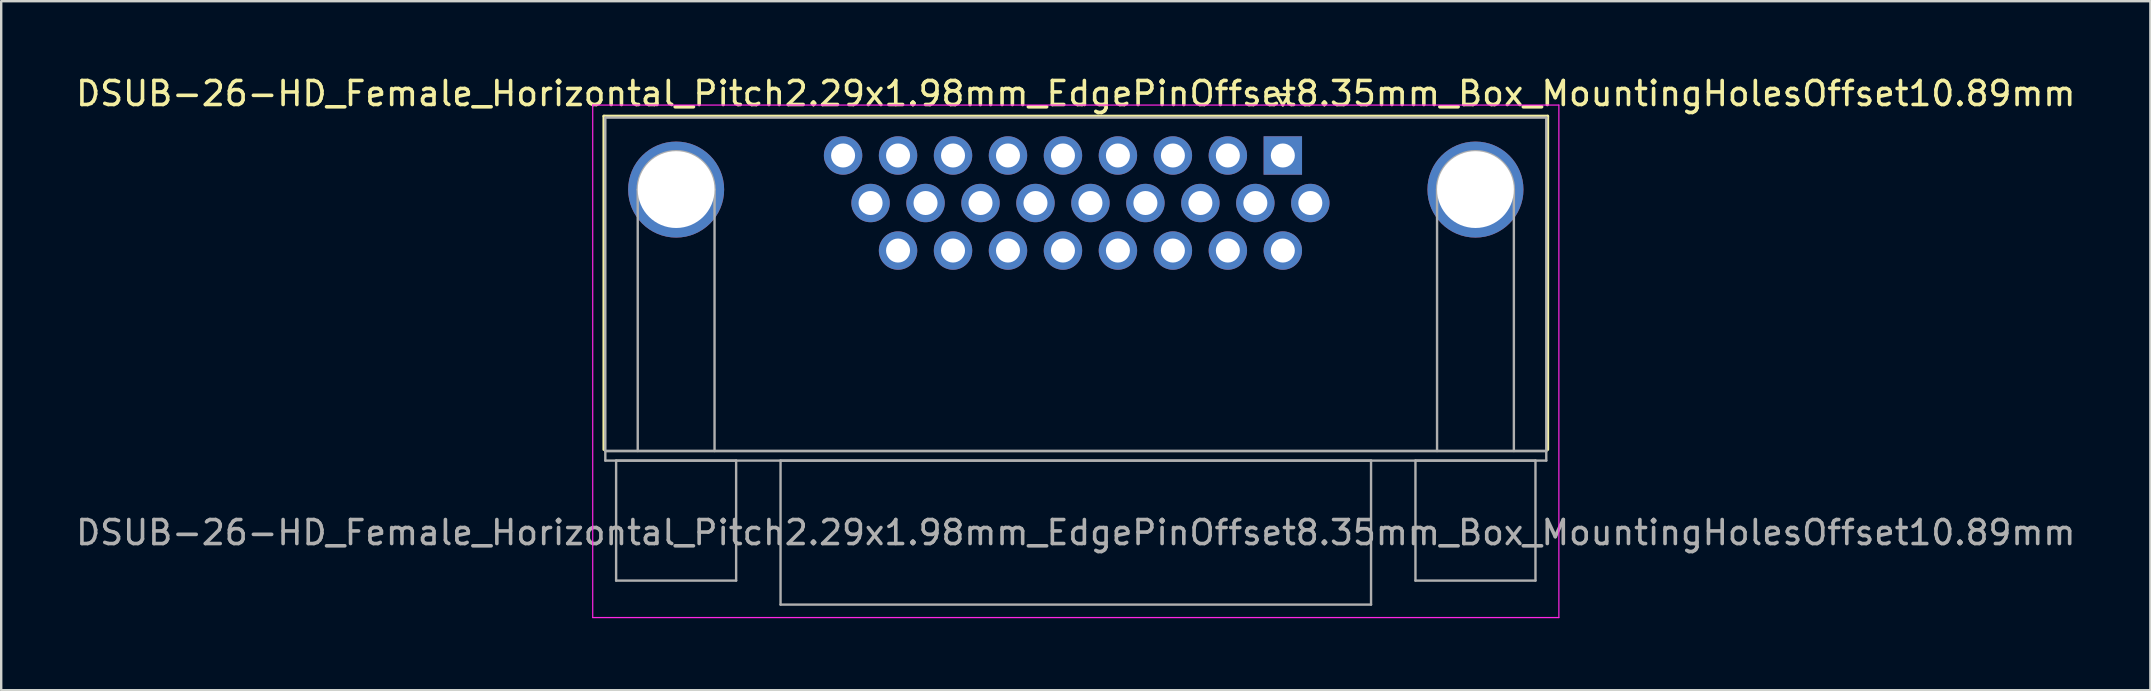
<source format=kicad_pcb>
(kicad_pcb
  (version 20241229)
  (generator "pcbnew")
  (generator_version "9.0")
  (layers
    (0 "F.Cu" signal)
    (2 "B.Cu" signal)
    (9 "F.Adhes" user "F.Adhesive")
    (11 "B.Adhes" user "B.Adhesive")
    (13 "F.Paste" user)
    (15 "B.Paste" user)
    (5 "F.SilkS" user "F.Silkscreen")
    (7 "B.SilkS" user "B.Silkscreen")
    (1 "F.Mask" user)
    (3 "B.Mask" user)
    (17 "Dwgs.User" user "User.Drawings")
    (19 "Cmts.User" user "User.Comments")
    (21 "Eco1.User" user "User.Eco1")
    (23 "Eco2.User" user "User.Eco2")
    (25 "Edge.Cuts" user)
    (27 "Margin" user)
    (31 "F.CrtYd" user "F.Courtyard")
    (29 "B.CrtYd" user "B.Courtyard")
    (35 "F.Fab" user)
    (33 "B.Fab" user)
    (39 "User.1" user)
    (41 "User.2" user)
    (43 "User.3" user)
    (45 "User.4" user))
  (footprint "DSUB-26-HD_Female_Horizontal_Pitch2.29x1.98mm_EdgePinOffset8.35mm_Box_MountingHolesOffset10.89mm"
    (layer "F.Cu")
    (at 50.393 3.428)
    (property "Reference" "DSUB-26-HD_Female_Horizontal_Pitch2.29x1.98mm_EdgePinOffset8.35mm_Box_MountingHolesOffset10.89mm" (at -8.625 -2.58 0) (layer "F.SilkS") (effects (font (size 1 1) (thickness 0.15))))
    (attr through_hole)
    (fp_line (start -28.285 -1.64) (end 11.035 -1.64) (stroke (width 0.12) (type solid)) (layer "F.SilkS"))
    (fp_line (start -28.285 12.25) (end -28.285 -1.64) (stroke (width 0.12) (type solid)) (layer "F.SilkS"))
    (fp_line (start -0.25 -2.534) (end 0.25 -2.534) (stroke (width 0.12) (type solid)) (layer "F.SilkS"))
    (fp_line (start 0 -2.101) (end -0.25 -2.534) (stroke (width 0.12) (type solid)) (layer "F.SilkS"))
    (fp_line (start 0.25 -2.534) (end 0 -2.101) (stroke (width 0.12) (type solid)) (layer "F.SilkS"))
    (fp_line (start 11.035 -1.64) (end 11.035 12.25) (stroke (width 0.12) (type solid)) (layer "F.SilkS"))
    (fp_line (start -28.75 -2.1) (end -28.75 19.25) (stroke (width 0.05) (type solid)) (layer "F.CrtYd"))
    (fp_line (start -28.75 19.25) (end 11.5 19.25) (stroke (width 0.05) (type solid)) (layer "F.CrtYd"))
    (fp_line (start 11.5 -2.1) (end -28.75 -2.1) (stroke (width 0.05) (type solid)) (layer "F.CrtYd"))
    (fp_line (start 11.5 19.25) (end 11.5 -2.1) (stroke (width 0.05) (type solid)) (layer "F.CrtYd"))
    (fp_line (start -28.225 -1.58) (end -28.225 12.31) (stroke (width 0.1) (type solid)) (layer "F.Fab"))
    (fp_line (start -28.225 12.31) (end -28.225 12.71) (stroke (width 0.1) (type solid)) (layer "F.Fab"))
    (fp_line (start -28.225 12.31) (end 10.975 12.31) (stroke (width 0.1) (type solid)) (layer "F.Fab"))
    (fp_line (start -28.225 12.71) (end 10.975 12.71) (stroke (width 0.1) (type solid)) (layer "F.Fab"))
    (fp_line (start -27.775 12.71) (end -27.775 17.71) (stroke (width 0.1) (type solid)) (layer "F.Fab"))
    (fp_line (start -27.775 17.71) (end -22.775 17.71) (stroke (width 0.1) (type solid)) (layer "F.Fab"))
    (fp_line (start -26.875 12.31) (end -26.875 1.42) (stroke (width 0.1) (type solid)) (layer "F.Fab"))
    (fp_line (start -23.675 12.31) (end -23.675 1.42) (stroke (width 0.1) (type solid)) (layer "F.Fab"))
    (fp_line (start -22.775 12.71) (end -27.775 12.71) (stroke (width 0.1) (type solid)) (layer "F.Fab"))
    (fp_line (start -22.775 17.71) (end -22.775 12.71) (stroke (width 0.1) (type solid)) (layer "F.Fab"))
    (fp_line (start -20.925 12.71) (end -20.925 18.71) (stroke (width 0.1) (type solid)) (layer "F.Fab"))
    (fp_line (start -20.925 18.71) (end 3.675 18.71) (stroke (width 0.1) (type solid)) (layer "F.Fab"))
    (fp_line (start 3.675 12.71) (end -20.925 12.71) (stroke (width 0.1) (type solid)) (layer "F.Fab"))
    (fp_line (start 3.675 18.71) (end 3.675 12.71) (stroke (width 0.1) (type solid)) (layer "F.Fab"))
    (fp_line (start 5.525 12.71) (end 5.525 17.71) (stroke (width 0.1) (type solid)) (layer "F.Fab"))
    (fp_line (start 5.525 17.71) (end 10.525 17.71) (stroke (width 0.1) (type solid)) (layer "F.Fab"))
    (fp_line (start 6.425 12.31) (end 6.425 1.42) (stroke (width 0.1) (type solid)) (layer "F.Fab"))
    (fp_line (start 9.625 12.31) (end 9.625 1.42) (stroke (width 0.1) (type solid)) (layer "F.Fab"))
    (fp_line (start 10.525 12.71) (end 5.525 12.71) (stroke (width 0.1) (type solid)) (layer "F.Fab"))
    (fp_line (start 10.525 17.71) (end 10.525 12.71) (stroke (width 0.1) (type solid)) (layer "F.Fab"))
    (fp_line (start 10.975 -1.58) (end -28.225 -1.58) (stroke (width 0.1) (type solid)) (layer "F.Fab"))
    (fp_line (start 10.975 12.31) (end -28.225 12.31) (stroke (width 0.1) (type solid)) (layer "F.Fab"))
    (fp_line (start 10.975 12.31) (end 10.975 -1.58) (stroke (width 0.1) (type solid)) (layer "F.Fab"))
    (fp_line (start 10.975 12.71) (end 10.975 12.31) (stroke (width 0.1) (type solid)) (layer "F.Fab"))
    (fp_arc (start -26.875 1.42) (mid -25.275 -0.18) (end -23.675 1.42) (stroke (width 0.1) (type solid)) (layer "F.Fab"))
    (fp_arc (start 6.425 1.42) (mid 8.025 -0.18) (end 9.625 1.42) (stroke (width 0.1) (type solid)) (layer "F.Fab"))
    (fp_text user "${REFERENCE}" (at -8.625 15.71 0) (layer "F.Fab") (effects (font (size 1 1) (thickness 0.15))))
    (pad "0" thru_hole circle (at -25.275 1.42) (size 4 4) (drill 3.2) (layers "*.Cu" "*.Mask"))
    (pad "0" thru_hole circle (at 8.025 1.42) (size 4 4) (drill 3.2) (layers "*.Cu" "*.Mask"))
    (pad "1" thru_hole rect (at 0 0) (size 1.6 1.6) (drill 1) (layers "*.Cu" "*.Mask"))
    (pad "2" thru_hole circle (at -2.29 0) (size 1.6 1.6) (drill 1) (layers "*.Cu" "*.Mask"))
    (pad "3" thru_hole circle (at -4.58 0) (size 1.6 1.6) (drill 1) (layers "*.Cu" "*.Mask"))
    (pad "4" thru_hole circle (at -6.87 0) (size 1.6 1.6) (drill 1) (layers "*.Cu" "*.Mask"))
    (pad "5" thru_hole circle (at -9.16 0) (size 1.6 1.6) (drill 1) (layers "*.Cu" "*.Mask"))
    (pad "6" thru_hole circle (at -11.45 0) (size 1.6 1.6) (drill 1) (layers "*.Cu" "*.Mask"))
    (pad "7" thru_hole circle (at -13.74 0) (size 1.6 1.6) (drill 1) (layers "*.Cu" "*.Mask"))
    (pad "8" thru_hole circle (at -16.03 0) (size 1.6 1.6) (drill 1) (layers "*.Cu" "*.Mask"))
    (pad "9" thru_hole circle (at -18.32 0) (size 1.6 1.6) (drill 1) (layers "*.Cu" "*.Mask"))
    (pad "10" thru_hole circle (at 1.145 1.98) (size 1.6 1.6) (drill 1) (layers "*.Cu" "*.Mask"))
    (pad "11" thru_hole circle (at -1.145 1.98) (size 1.6 1.6) (drill 1) (layers "*.Cu" "*.Mask"))
    (pad "12" thru_hole circle (at -3.435 1.98) (size 1.6 1.6) (drill 1) (layers "*.Cu" "*.Mask"))
    (pad "13" thru_hole circle (at -5.725 1.98) (size 1.6 1.6) (drill 1) (layers "*.Cu" "*.Mask"))
    (pad "14" thru_hole circle (at -8.015 1.98) (size 1.6 1.6) (drill 1) (layers "*.Cu" "*.Mask"))
    (pad "15" thru_hole circle (at -10.305 1.98) (size 1.6 1.6) (drill 1) (layers "*.Cu" "*.Mask"))
    (pad "16" thru_hole circle (at -12.595 1.98) (size 1.6 1.6) (drill 1) (layers "*.Cu" "*.Mask"))
    (pad "17" thru_hole circle (at -14.885 1.98) (size 1.6 1.6) (drill 1) (layers "*.Cu" "*.Mask"))
    (pad "18" thru_hole circle (at -17.175 1.98) (size 1.6 1.6) (drill 1) (layers "*.Cu" "*.Mask"))
    (pad "19" thru_hole circle (at 0 3.96) (size 1.6 1.6) (drill 1) (layers "*.Cu" "*.Mask"))
    (pad "20" thru_hole circle (at -2.29 3.96) (size 1.6 1.6) (drill 1) (layers "*.Cu" "*.Mask"))
    (pad "21" thru_hole circle (at -4.58 3.96) (size 1.6 1.6) (drill 1) (layers "*.Cu" "*.Mask"))
    (pad "22" thru_hole circle (at -6.87 3.96) (size 1.6 1.6) (drill 1) (layers "*.Cu" "*.Mask"))
    (pad "23" thru_hole circle (at -9.16 3.96) (size 1.6 1.6) (drill 1) (layers "*.Cu" "*.Mask"))
    (pad "24" thru_hole circle (at -11.45 3.96) (size 1.6 1.6) (drill 1) (layers "*.Cu" "*.Mask"))
    (pad "25" thru_hole circle (at -13.74 3.96) (size 1.6 1.6) (drill 1) (layers "*.Cu" "*.Mask"))
    (pad "26" thru_hole circle (at -16.03 3.96) (size 1.6 1.6) (drill 1) (layers "*.Cu" "*.Mask")))
  (gr_rect
    (start -3 -3)
    (end 86.536 25.703)
    (stroke (width 0.1) (type default))
    (fill no)
    (layer "Edge.Cuts")))
</source>
